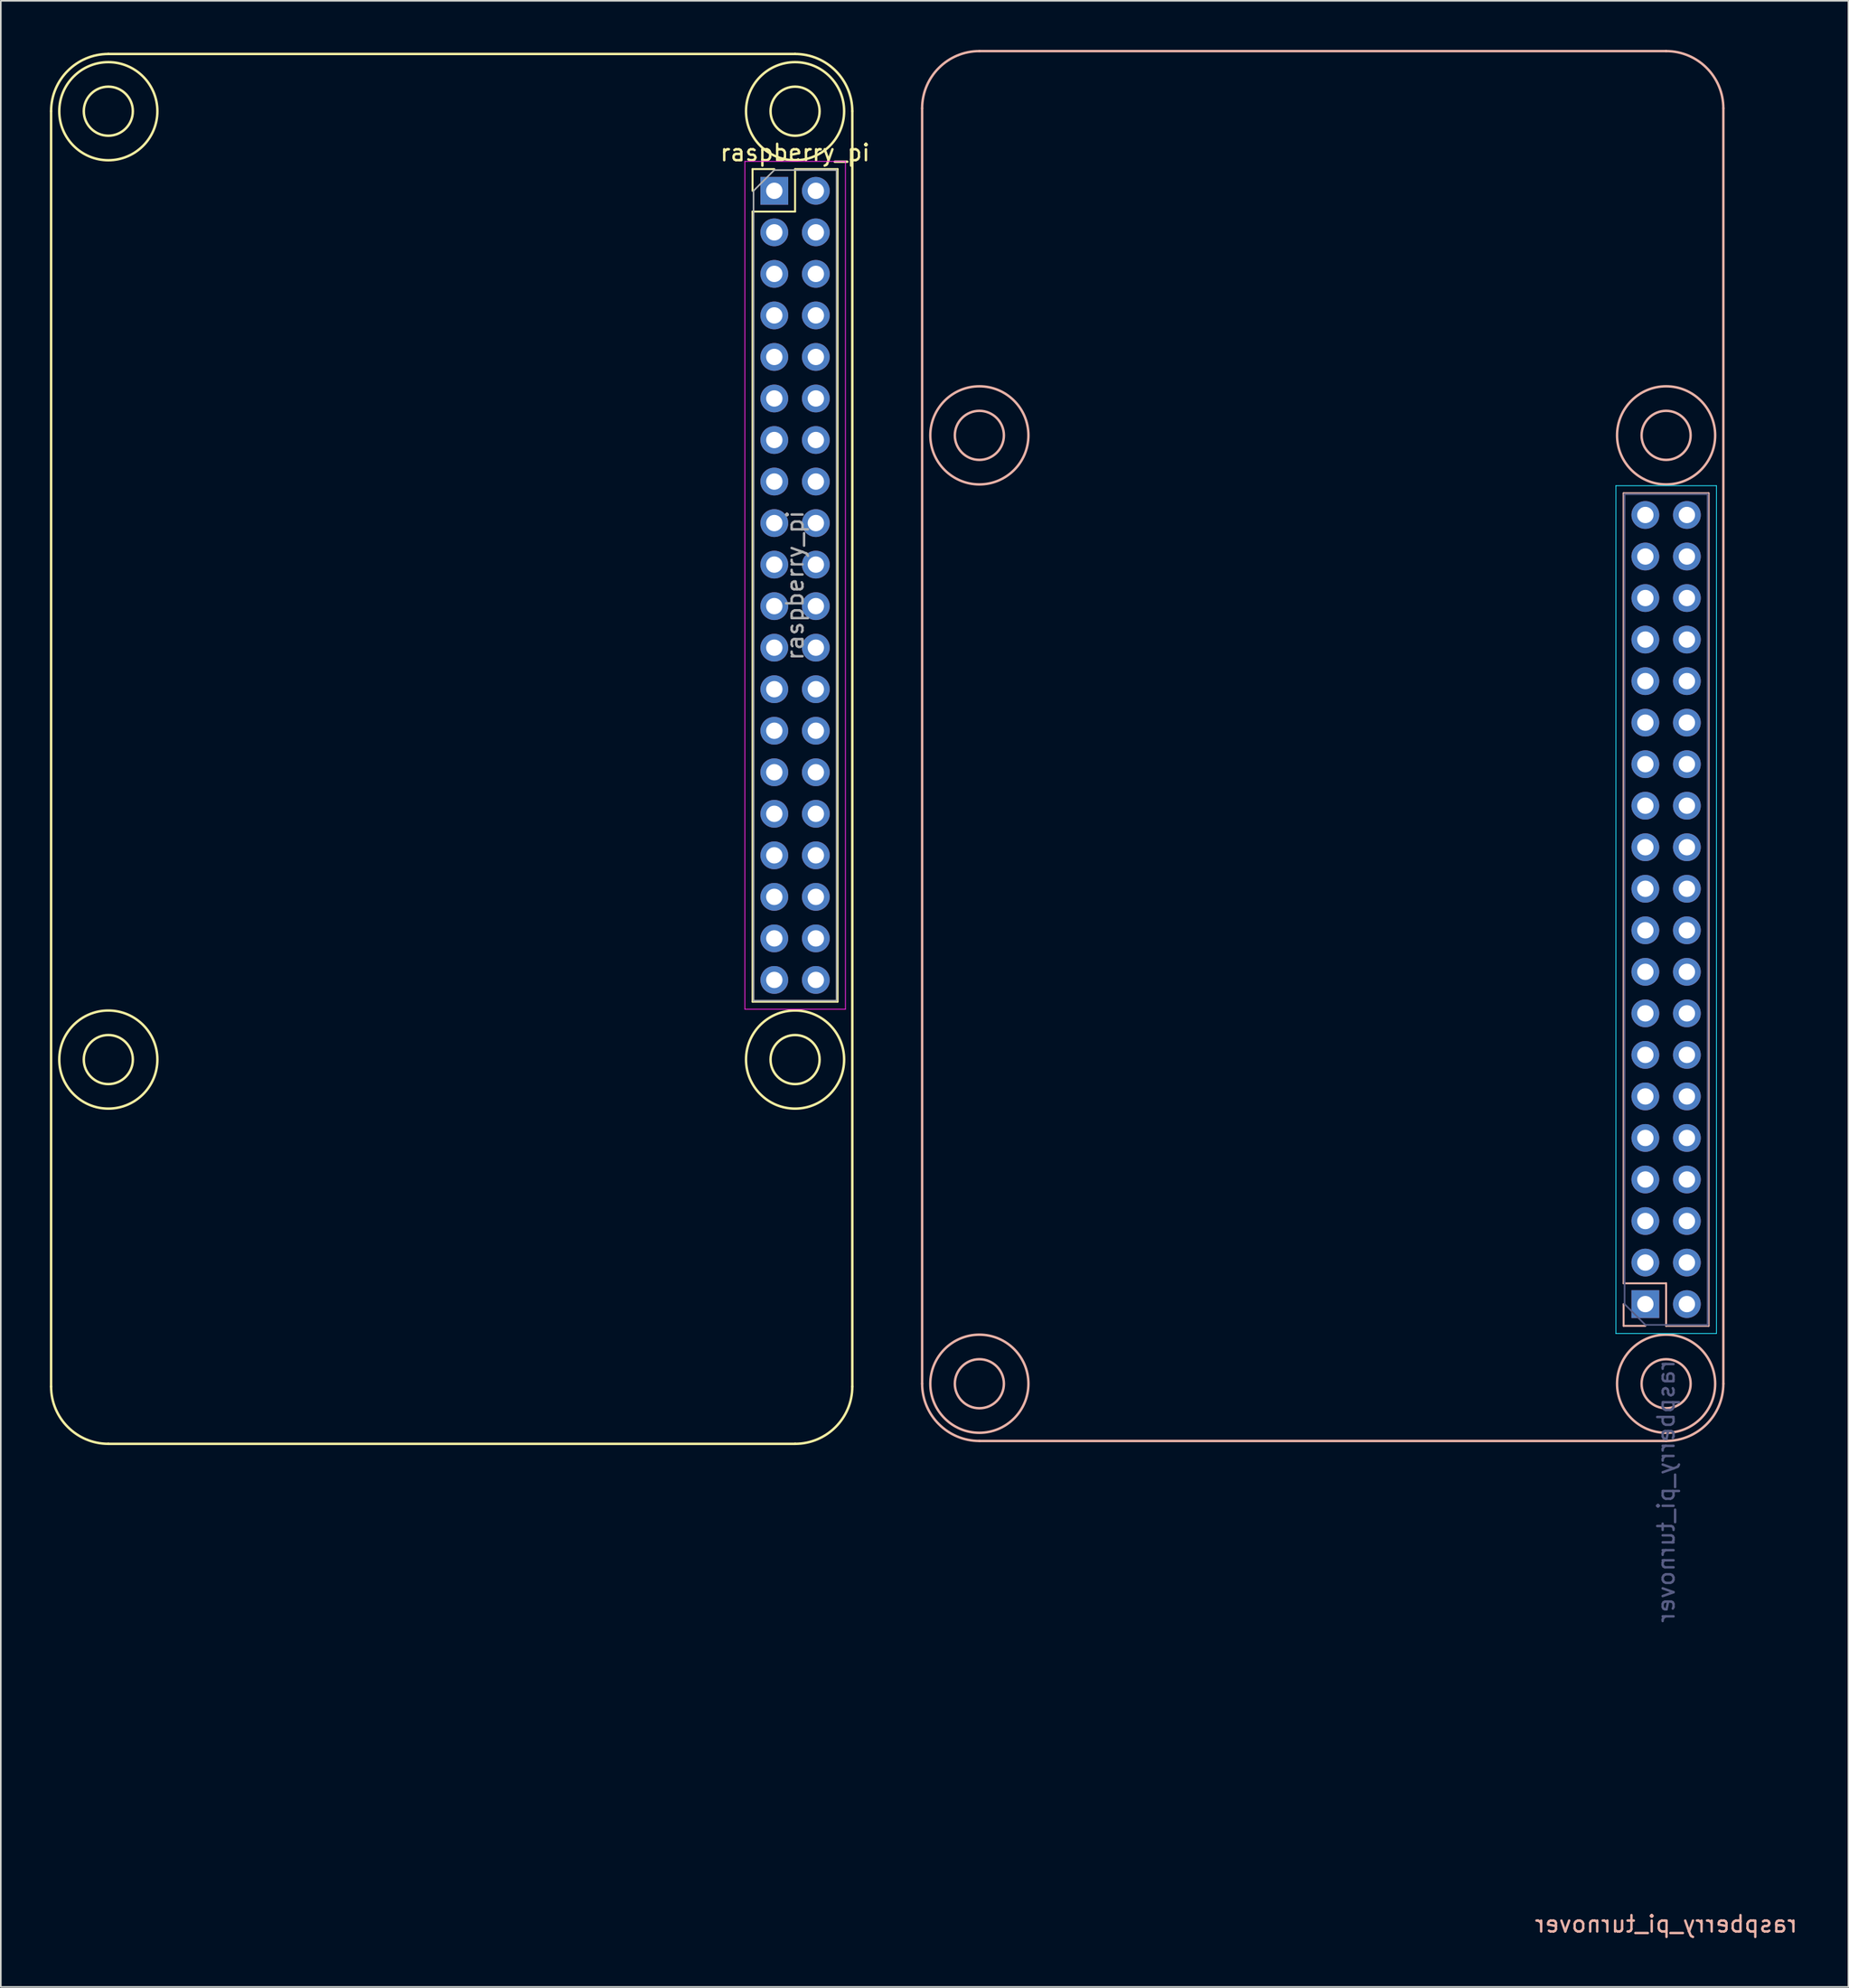
<source format=kicad_pcb>
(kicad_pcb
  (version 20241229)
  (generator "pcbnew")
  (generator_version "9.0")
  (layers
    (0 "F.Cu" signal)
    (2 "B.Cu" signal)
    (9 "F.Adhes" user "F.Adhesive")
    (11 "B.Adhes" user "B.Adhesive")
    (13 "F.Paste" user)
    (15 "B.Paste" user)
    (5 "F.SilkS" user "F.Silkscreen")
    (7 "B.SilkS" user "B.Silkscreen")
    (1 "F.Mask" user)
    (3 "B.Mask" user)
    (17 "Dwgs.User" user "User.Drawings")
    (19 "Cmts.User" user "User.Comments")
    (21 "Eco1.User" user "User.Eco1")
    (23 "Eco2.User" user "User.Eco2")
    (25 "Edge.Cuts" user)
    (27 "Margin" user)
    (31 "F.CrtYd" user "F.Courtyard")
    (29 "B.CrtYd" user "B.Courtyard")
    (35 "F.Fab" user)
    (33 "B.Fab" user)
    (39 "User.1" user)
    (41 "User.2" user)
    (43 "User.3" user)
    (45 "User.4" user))
  (footprint "raspberry_pi_turnover"
    (layer "F.Cu")
    (at 102.346 85.075)
    (property "Reference" "raspberry_pi_turnover" (at -3.5 29.543 0) (layer "B.SilkS") (effects (font (size 1 1) (thickness 0.15)) (justify mirror)))
    (attr through_hole)
    (fp_line (start -49 -81.5) (end -49 -3.5) (stroke (width 0.15) (type solid)) (layer "B.SilkS"))
    (fp_line (start -45.5 0) (end -3.5 0) (stroke (width 0.15) (type solid)) (layer "B.SilkS"))
    (fp_line (start -6.1 -57.96) (end -0.9 -57.96) (stroke (width 0.12) (type solid)) (layer "B.SilkS"))
    (fp_line (start -6.1 -9.64) (end -6.1 -57.96) (stroke (width 0.12) (type solid)) (layer "B.SilkS"))
    (fp_line (start -6.1 -9.64) (end -3.5 -9.64) (stroke (width 0.12) (type solid)) (layer "B.SilkS"))
    (fp_line (start -6.1 -8.37) (end -6.1 -7.04) (stroke (width 0.12) (type solid)) (layer "B.SilkS"))
    (fp_line (start -6.1 -7.04) (end -4.77 -7.04) (stroke (width 0.12) (type solid)) (layer "B.SilkS"))
    (fp_line (start -3.5 -85) (end -45.5 -85) (stroke (width 0.15) (type solid)) (layer "B.SilkS"))
    (fp_line (start -3.5 -9.64) (end -3.5 -7.04) (stroke (width 0.12) (type solid)) (layer "B.SilkS"))
    (fp_line (start -3.5 -7.04) (end -0.9 -7.04) (stroke (width 0.12) (type solid)) (layer "B.SilkS"))
    (fp_line (start -0.9 -7.04) (end -0.9 -57.96) (stroke (width 0.12) (type solid)) (layer "B.SilkS"))
    (fp_line (start 0 -3.5) (end 0 -81.5) (stroke (width 0.15) (type solid)) (layer "B.SilkS"))
    (fp_arc (start -49 -81.5) (mid -47.974874 -83.974874) (end -45.5 -85) (stroke (width 0.15) (type solid)) (layer "B.SilkS"))
    (fp_arc (start -45.5 0) (mid -47.974874 -1.025126) (end -49 -3.5) (stroke (width 0.15) (type solid)) (layer "B.SilkS"))
    (fp_arc (start -3.5 -85) (mid -1.025126 -83.974874) (end 0 -81.5) (stroke (width 0.15) (type solid)) (layer "B.SilkS"))
    (fp_arc (start 0 -3.5) (mid -1.025126 -1.025126) (end -3.5 0) (stroke (width 0.15) (type solid)) (layer "B.SilkS"))
    (fp_circle (center -45.5 -61.5) (end -48.5 -61.5) (stroke (width 0.15) (type solid)) (fill no) (layer "B.SilkS"))
    (fp_circle (center -45.5 -61.5) (end -47 -61.5) (stroke (width 0.15) (type solid)) (fill no) (layer "B.SilkS"))
    (fp_circle (center -45.5 -3.5) (end -45.5 -2) (stroke (width 0.15) (type solid)) (fill no) (layer "B.SilkS"))
    (fp_circle (center -45.5 -3.5) (end -45.5 -0.5) (stroke (width 0.15) (type solid)) (fill no) (layer "B.SilkS"))
    (fp_circle (center -3.5 -61.5) (end -2 -61.5) (stroke (width 0.15) (type solid)) (fill no) (layer "B.SilkS"))
    (fp_circle (center -3.5 -61.5) (end -0.5 -61.5) (stroke (width 0.15) (type solid)) (fill no) (layer "B.SilkS"))
    (fp_circle (center -3.5 -3.5) (end -2 -3.5) (stroke (width 0.15) (type solid)) (fill no) (layer "B.SilkS"))
    (fp_circle (center -3.5 -3.5) (end -0.5 -3.5) (stroke (width 0.15) (type solid)) (fill no) (layer "B.SilkS"))
    (fp_line (start -6.57 -58.42) (end -0.42 -58.42) (stroke (width 0.05) (type solid)) (layer "B.CrtYd"))
    (fp_line (start -6.57 -6.57) (end -6.57 -58.42) (stroke (width 0.05) (type solid)) (layer "B.CrtYd"))
    (fp_line (start -0.42 -58.42) (end -0.42 -6.57) (stroke (width 0.05) (type solid)) (layer "B.CrtYd"))
    (fp_line (start -0.42 -6.57) (end -6.57 -6.57) (stroke (width 0.05) (type solid)) (layer "B.CrtYd"))
    (fp_line (start -6.04 -57.9) (end -6.04 -8.37) (stroke (width 0.1) (type solid)) (layer "B.Fab"))
    (fp_line (start -6.04 -8.37) (end -4.77 -7.1) (stroke (width 0.1) (type solid)) (layer "B.Fab"))
    (fp_line (start -4.77 -7.1) (end -0.96 -7.1) (stroke (width 0.1) (type solid)) (layer "B.Fab"))
    (fp_line (start -0.96 -57.9) (end -6.04 -57.9) (stroke (width 0.1) (type solid)) (layer "B.Fab"))
    (fp_line (start -0.96 -7.1) (end -0.96 -57.9) (stroke (width 0.1) (type solid)) (layer "B.Fab"))
    (fp_text user "${REFERENCE}" (at -3.5 3.083 270) (layer "B.Fab") (effects (font (size 1 1) (thickness 0.15)) (justify mirror)))
    (pad "1" thru_hole rect (at -4.77 -8.37) (size 1.7 1.7) (drill 1) (layers "*.Cu" "*.Mask"))
    (pad "2" thru_hole oval (at -2.23 -8.37) (size 1.7 1.7) (drill 1) (layers "*.Cu" "*.Mask"))
    (pad "3" thru_hole oval (at -4.77 -10.91) (size 1.7 1.7) (drill 1) (layers "*.Cu" "*.Mask"))
    (pad "4" thru_hole oval (at -2.23 -10.91) (size 1.7 1.7) (drill 1) (layers "*.Cu" "*.Mask"))
    (pad "5" thru_hole oval (at -4.77 -13.45) (size 1.7 1.7) (drill 1) (layers "*.Cu" "*.Mask"))
    (pad "6" thru_hole oval (at -2.23 -13.45) (size 1.7 1.7) (drill 1) (layers "*.Cu" "*.Mask"))
    (pad "7" thru_hole oval (at -4.77 -15.99) (size 1.7 1.7) (drill 1) (layers "*.Cu" "*.Mask"))
    (pad "8" thru_hole oval (at -2.23 -15.99) (size 1.7 1.7) (drill 1) (layers "*.Cu" "*.Mask"))
    (pad "9" thru_hole oval (at -4.77 -18.53) (size 1.7 1.7) (drill 1) (layers "*.Cu" "*.Mask"))
    (pad "10" thru_hole oval (at -2.23 -18.53) (size 1.7 1.7) (drill 1) (layers "*.Cu" "*.Mask"))
    (pad "11" thru_hole oval (at -4.77 -21.07) (size 1.7 1.7) (drill 1) (layers "*.Cu" "*.Mask"))
    (pad "12" thru_hole oval (at -2.23 -21.07) (size 1.7 1.7) (drill 1) (layers "*.Cu" "*.Mask"))
    (pad "13" thru_hole oval (at -4.77 -23.61) (size 1.7 1.7) (drill 1) (layers "*.Cu" "*.Mask"))
    (pad "14" thru_hole oval (at -2.23 -23.61) (size 1.7 1.7) (drill 1) (layers "*.Cu" "*.Mask"))
    (pad "15" thru_hole oval (at -4.77 -26.15) (size 1.7 1.7) (drill 1) (layers "*.Cu" "*.Mask"))
    (pad "16" thru_hole oval (at -2.23 -26.15) (size 1.7 1.7) (drill 1) (layers "*.Cu" "*.Mask"))
    (pad "17" thru_hole oval (at -4.77 -28.69) (size 1.7 1.7) (drill 1) (layers "*.Cu" "*.Mask"))
    (pad "18" thru_hole oval (at -2.23 -28.69) (size 1.7 1.7) (drill 1) (layers "*.Cu" "*.Mask"))
    (pad "19" thru_hole oval (at -4.77 -31.23) (size 1.7 1.7) (drill 1) (layers "*.Cu" "*.Mask"))
    (pad "20" thru_hole oval (at -2.23 -31.23) (size 1.7 1.7) (drill 1) (layers "*.Cu" "*.Mask"))
    (pad "21" thru_hole oval (at -4.77 -33.77) (size 1.7 1.7) (drill 1) (layers "*.Cu" "*.Mask"))
    (pad "22" thru_hole oval (at -2.23 -33.77) (size 1.7 1.7) (drill 1) (layers "*.Cu" "*.Mask"))
    (pad "23" thru_hole oval (at -4.77 -36.31 270) (size 1.7 1.7) (drill 1) (layers "*.Cu" "*.Mask"))
    (pad "24" thru_hole oval (at -2.23 -36.31) (size 1.7 1.7) (drill 1) (layers "*.Cu" "*.Mask"))
    (pad "25" thru_hole oval (at -4.77 -38.85) (size 1.7 1.7) (drill 1) (layers "*.Cu" "*.Mask"))
    (pad "26" thru_hole oval (at -2.23 -38.85) (size 1.7 1.7) (drill 1) (layers "*.Cu" "*.Mask"))
    (pad "27" thru_hole oval (at -4.77 -41.39) (size 1.7 1.7) (drill 1) (layers "*.Cu" "*.Mask"))
    (pad "28" thru_hole oval (at -2.23 -41.39) (size 1.7 1.7) (drill 1) (layers "*.Cu" "*.Mask"))
    (pad "29" thru_hole oval (at -4.77 -43.93) (size 1.7 1.7) (drill 1) (layers "*.Cu" "*.Mask"))
    (pad "30" thru_hole oval (at -2.23 -43.93) (size 1.7 1.7) (drill 1) (layers "*.Cu" "*.Mask"))
    (pad "31" thru_hole oval (at -4.77 -46.47) (size 1.7 1.7) (drill 1) (layers "*.Cu" "*.Mask"))
    (pad "32" thru_hole oval (at -2.23 -46.47) (size 1.7 1.7) (drill 1) (layers "*.Cu" "*.Mask"))
    (pad "33" thru_hole oval (at -4.77 -49.01) (size 1.7 1.7) (drill 1) (layers "*.Cu" "*.Mask"))
    (pad "34" thru_hole oval (at -2.23 -49.01) (size 1.7 1.7) (drill 1) (layers "*.Cu" "*.Mask"))
    (pad "35" thru_hole oval (at -4.77 -51.55) (size 1.7 1.7) (drill 1) (layers "*.Cu" "*.Mask"))
    (pad "36" thru_hole oval (at -2.23 -51.55) (size 1.7 1.7) (drill 1) (layers "*.Cu" "*.Mask"))
    (pad "37" thru_hole oval (at -4.77 -54.09) (size 1.7 1.7) (drill 1) (layers "*.Cu" "*.Mask"))
    (pad "38" thru_hole oval (at -2.23 -54.09) (size 1.7 1.7) (drill 1) (layers "*.Cu" "*.Mask"))
    (pad "39" thru_hole oval (at -4.77 -56.63) (size 1.7 1.7) (drill 1) (layers "*.Cu" "*.Mask"))
    (pad "40" thru_hole oval (at -2.23 -56.63) (size 1.7 1.7) (drill 1) (layers "*.Cu" "*.Mask")))
  (footprint "raspberry_pi"
    (layer "F.Cu")
    (at 49.075 0.25)
    (property "Reference" "raspberry_pi" (at -3.5 6.04 0) (layer "F.SilkS") (effects (font (size 1 1) (thickness 0.15))))
    (attr through_hole)
    (fp_line (start -49 81.5) (end -49 3.5) (stroke (width 0.15) (type solid)) (layer "F.SilkS"))
    (fp_line (start -45.5 0) (end -3.5 0) (stroke (width 0.15) (type solid)) (layer "F.SilkS"))
    (fp_line (start -6.1 7.04) (end -4.77 7.04) (stroke (width 0.12) (type solid)) (layer "F.SilkS"))
    (fp_line (start -6.1 8.37) (end -6.1 7.04) (stroke (width 0.12) (type solid)) (layer "F.SilkS"))
    (fp_line (start -6.1 9.64) (end -6.1 57.96) (stroke (width 0.12) (type solid)) (layer "F.SilkS"))
    (fp_line (start -6.1 9.64) (end -3.5 9.64) (stroke (width 0.12) (type solid)) (layer "F.SilkS"))
    (fp_line (start -6.1 57.96) (end -0.9 57.96) (stroke (width 0.12) (type solid)) (layer "F.SilkS"))
    (fp_line (start -3.5 7.04) (end -0.9 7.04) (stroke (width 0.12) (type solid)) (layer "F.SilkS"))
    (fp_line (start -3.5 9.64) (end -3.5 7.04) (stroke (width 0.12) (type solid)) (layer "F.SilkS"))
    (fp_line (start -3.5 85) (end -45.5 85) (stroke (width 0.15) (type solid)) (layer "F.SilkS"))
    (fp_line (start -0.9 7.04) (end -0.9 57.96) (stroke (width 0.12) (type solid)) (layer "F.SilkS"))
    (fp_line (start 0 3.5) (end 0 81.5) (stroke (width 0.15) (type solid)) (layer "F.SilkS"))
    (fp_arc (start -49 3.5) (mid -47.974874 1.025126) (end -45.5 0) (stroke (width 0.15) (type solid)) (layer "F.SilkS"))
    (fp_arc (start -45.5 85) (mid -47.974874 83.974874) (end -49 81.5) (stroke (width 0.15) (type solid)) (layer "F.SilkS"))
    (fp_arc (start -3.5 0) (mid -1.025126 1.025126) (end 0 3.5) (stroke (width 0.15) (type solid)) (layer "F.SilkS"))
    (fp_arc (start 0 81.5) (mid -1.025126 83.974874) (end -3.5 85) (stroke (width 0.15) (type solid)) (layer "F.SilkS"))
    (fp_circle (center -45.5 3.5) (end -45.5 0.5) (stroke (width 0.15) (type solid)) (fill no) (layer "F.SilkS"))
    (fp_circle (center -45.5 3.5) (end -45.5 2) (stroke (width 0.15) (type solid)) (fill no) (layer "F.SilkS"))
    (fp_circle (center -45.5 61.5) (end -48.5 61.5) (stroke (width 0.15) (type solid)) (fill no) (layer "F.SilkS"))
    (fp_circle (center -45.5 61.5) (end -47 61.5) (stroke (width 0.15) (type solid)) (fill no) (layer "F.SilkS"))
    (fp_circle (center -3.5 3.5) (end -2 3.5) (stroke (width 0.15) (type solid)) (fill no) (layer "F.SilkS"))
    (fp_circle (center -3.5 3.5) (end -0.5 3.5) (stroke (width 0.15) (type solid)) (fill no) (layer "F.SilkS"))
    (fp_circle (center -3.5 61.5) (end -2 61.5) (stroke (width 0.15) (type solid)) (fill no) (layer "F.SilkS"))
    (fp_circle (center -3.5 61.5) (end -0.5 61.5) (stroke (width 0.15) (type solid)) (fill no) (layer "F.SilkS"))
    (fp_line (start -6.57 6.57) (end -6.57 58.42) (stroke (width 0.05) (type solid)) (layer "F.CrtYd"))
    (fp_line (start -6.57 58.42) (end -0.42 58.42) (stroke (width 0.05) (type solid)) (layer "F.CrtYd"))
    (fp_line (start -0.42 6.57) (end -6.57 6.57) (stroke (width 0.05) (type solid)) (layer "F.CrtYd"))
    (fp_line (start -0.42 58.42) (end -0.42 6.57) (stroke (width 0.05) (type solid)) (layer "F.CrtYd"))
    (fp_line (start -6.04 8.37) (end -4.77 7.1) (stroke (width 0.1) (type solid)) (layer "F.Fab"))
    (fp_line (start -6.04 57.9) (end -6.04 8.37) (stroke (width 0.1) (type solid)) (layer "F.Fab"))
    (fp_line (start -4.77 7.1) (end -0.96 7.1) (stroke (width 0.1) (type solid)) (layer "F.Fab"))
    (fp_line (start -0.96 7.1) (end -0.96 57.9) (stroke (width 0.1) (type solid)) (layer "F.Fab"))
    (fp_line (start -0.96 57.9) (end -6.04 57.9) (stroke (width 0.1) (type solid)) (layer "F.Fab"))
    (fp_text user "${REFERENCE}" (at -3.5 32.5 90) (layer "F.Fab") (effects (font (size 1 1) (thickness 0.15))))
    (pad "1" thru_hole rect (at -4.77 8.37) (size 1.7 1.7) (drill 1) (layers "*.Cu" "*.Mask"))
    (pad "2" thru_hole oval (at -2.23 8.37) (size 1.7 1.7) (drill 1) (layers "*.Cu" "*.Mask"))
    (pad "3" thru_hole oval (at -4.77 10.91) (size 1.7 1.7) (drill 1) (layers "*.Cu" "*.Mask"))
    (pad "4" thru_hole oval (at -2.23 10.91) (size 1.7 1.7) (drill 1) (layers "*.Cu" "*.Mask"))
    (pad "5" thru_hole oval (at -4.77 13.45) (size 1.7 1.7) (drill 1) (layers "*.Cu" "*.Mask"))
    (pad "6" thru_hole oval (at -2.23 13.45) (size 1.7 1.7) (drill 1) (layers "*.Cu" "*.Mask"))
    (pad "7" thru_hole oval (at -4.77 15.99) (size 1.7 1.7) (drill 1) (layers "*.Cu" "*.Mask"))
    (pad "8" thru_hole oval (at -2.23 15.99) (size 1.7 1.7) (drill 1) (layers "*.Cu" "*.Mask"))
    (pad "9" thru_hole oval (at -4.77 18.53) (size 1.7 1.7) (drill 1) (layers "*.Cu" "*.Mask"))
    (pad "10" thru_hole oval (at -2.23 18.53) (size 1.7 1.7) (drill 1) (layers "*.Cu" "*.Mask"))
    (pad "11" thru_hole oval (at -4.77 21.07) (size 1.7 1.7) (drill 1) (layers "*.Cu" "*.Mask"))
    (pad "12" thru_hole oval (at -2.23 21.07) (size 1.7 1.7) (drill 1) (layers "*.Cu" "*.Mask"))
    (pad "13" thru_hole oval (at -4.77 23.61) (size 1.7 1.7) (drill 1) (layers "*.Cu" "*.Mask"))
    (pad "14" thru_hole oval (at -2.23 23.61) (size 1.7 1.7) (drill 1) (layers "*.Cu" "*.Mask"))
    (pad "15" thru_hole oval (at -4.77 26.15) (size 1.7 1.7) (drill 1) (layers "*.Cu" "*.Mask"))
    (pad "16" thru_hole oval (at -2.23 26.15) (size 1.7 1.7) (drill 1) (layers "*.Cu" "*.Mask"))
    (pad "17" thru_hole oval (at -4.77 28.69) (size 1.7 1.7) (drill 1) (layers "*.Cu" "*.Mask"))
    (pad "18" thru_hole oval (at -2.23 28.69) (size 1.7 1.7) (drill 1) (layers "*.Cu" "*.Mask"))
    (pad "19" thru_hole oval (at -4.77 31.23) (size 1.7 1.7) (drill 1) (layers "*.Cu" "*.Mask"))
    (pad "20" thru_hole oval (at -2.23 31.23) (size 1.7 1.7) (drill 1) (layers "*.Cu" "*.Mask"))
    (pad "21" thru_hole oval (at -4.77 33.77) (size 1.7 1.7) (drill 1) (layers "*.Cu" "*.Mask"))
    (pad "22" thru_hole oval (at -2.23 33.77) (size 1.7 1.7) (drill 1) (layers "*.Cu" "*.Mask"))
    (pad "23" thru_hole oval (at -4.77 36.31) (size 1.7 1.7) (drill 1) (layers "*.Cu" "*.Mask"))
    (pad "24" thru_hole oval (at -2.23 36.31) (size 1.7 1.7) (drill 1) (layers "*.Cu" "*.Mask"))
    (pad "25" thru_hole oval (at -4.77 38.85) (size 1.7 1.7) (drill 1) (layers "*.Cu" "*.Mask"))
    (pad "26" thru_hole oval (at -2.23 38.85) (size 1.7 1.7) (drill 1) (layers "*.Cu" "*.Mask"))
    (pad "27" thru_hole oval (at -4.77 41.39) (size 1.7 1.7) (drill 1) (layers "*.Cu" "*.Mask"))
    (pad "28" thru_hole oval (at -2.23 41.39) (size 1.7 1.7) (drill 1) (layers "*.Cu" "*.Mask"))
    (pad "29" thru_hole oval (at -4.77 43.93) (size 1.7 1.7) (drill 1) (layers "*.Cu" "*.Mask"))
    (pad "30" thru_hole oval (at -2.23 43.93) (size 1.7 1.7) (drill 1) (layers "*.Cu" "*.Mask"))
    (pad "31" thru_hole oval (at -4.77 46.47) (size 1.7 1.7) (drill 1) (layers "*.Cu" "*.Mask"))
    (pad "32" thru_hole oval (at -2.23 46.47) (size 1.7 1.7) (drill 1) (layers "*.Cu" "*.Mask"))
    (pad "33" thru_hole oval (at -4.77 49.01) (size 1.7 1.7) (drill 1) (layers "*.Cu" "*.Mask"))
    (pad "34" thru_hole oval (at -2.23 49.01) (size 1.7 1.7) (drill 1) (layers "*.Cu" "*.Mask"))
    (pad "35" thru_hole oval (at -4.77 51.55) (size 1.7 1.7) (drill 1) (layers "*.Cu" "*.Mask"))
    (pad "36" thru_hole oval (at -2.23 51.55) (size 1.7 1.7) (drill 1) (layers "*.Cu" "*.Mask"))
    (pad "37" thru_hole oval (at -4.77 54.09) (size 1.7 1.7) (drill 1) (layers "*.Cu" "*.Mask"))
    (pad "38" thru_hole oval (at -2.23 54.09) (size 1.7 1.7) (drill 1) (layers "*.Cu" "*.Mask"))
    (pad "39" thru_hole oval (at -4.77 56.63) (size 1.7 1.7) (drill 1) (layers "*.Cu" "*.Mask"))
    (pad "40" thru_hole oval (at -2.23 56.63) (size 1.7 1.7) (drill 1) (layers "*.Cu" "*.Mask")))
  (gr_rect
    (start -3 -3)
    (end 109.995 118.466)
    (stroke (width 0.1) (type default))
    (fill no)
    (layer "Edge.Cuts")))
</source>
